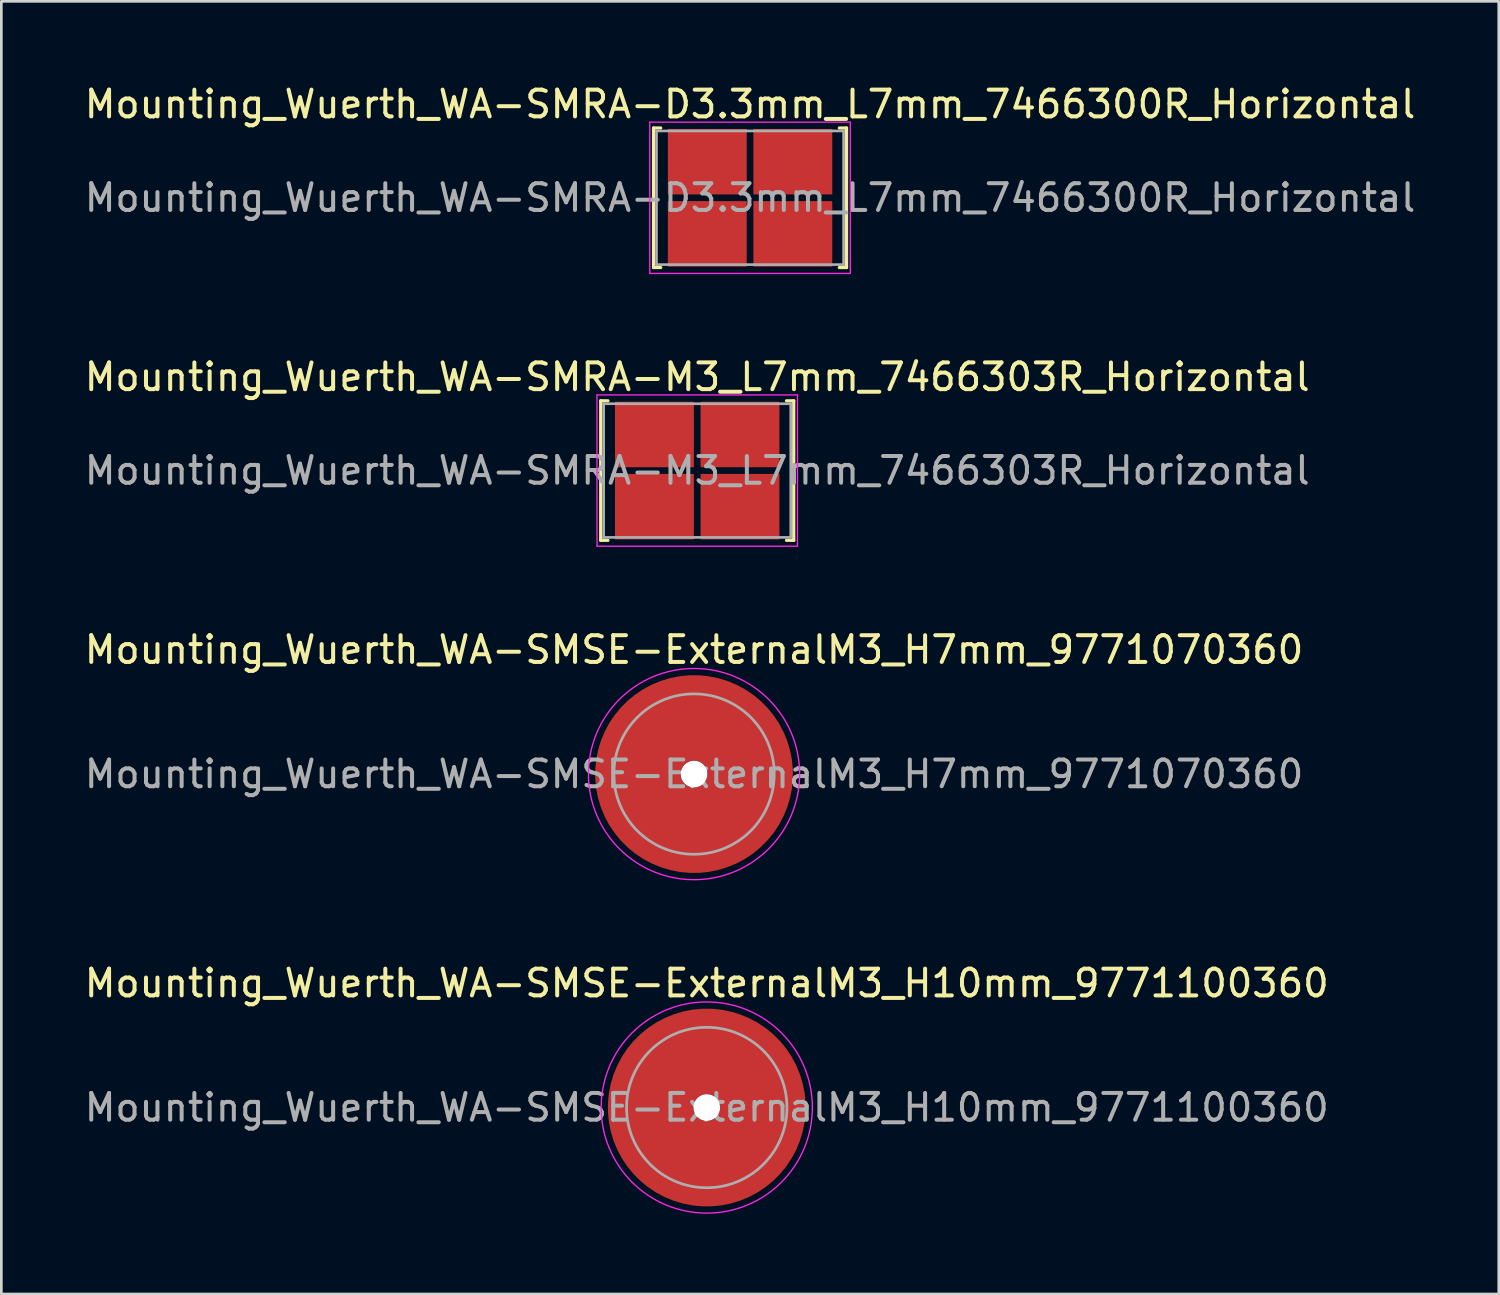
<source format=kicad_pcb>
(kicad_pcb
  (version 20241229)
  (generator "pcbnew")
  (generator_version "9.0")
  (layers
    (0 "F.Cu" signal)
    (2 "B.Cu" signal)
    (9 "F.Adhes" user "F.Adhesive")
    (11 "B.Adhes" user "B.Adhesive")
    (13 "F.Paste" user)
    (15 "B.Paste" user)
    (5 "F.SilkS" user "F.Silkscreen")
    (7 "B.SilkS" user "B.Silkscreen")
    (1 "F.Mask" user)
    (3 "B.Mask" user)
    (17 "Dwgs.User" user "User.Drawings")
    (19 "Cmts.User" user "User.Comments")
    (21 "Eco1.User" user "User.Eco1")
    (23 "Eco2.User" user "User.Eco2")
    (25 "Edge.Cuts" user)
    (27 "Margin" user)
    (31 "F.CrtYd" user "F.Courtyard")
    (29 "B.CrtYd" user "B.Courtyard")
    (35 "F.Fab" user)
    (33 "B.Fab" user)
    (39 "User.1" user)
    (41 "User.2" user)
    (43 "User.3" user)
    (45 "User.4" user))
  (footprint "Mounting_Wuerth_WA-SMRA-M3_L7mm_7466303R_Horizontal"
    (layer "F.Cu")
    (at 23.03 14.552)
    (property "Reference" "Mounting_Wuerth_WA-SMRA-M3_L7mm_7466303R_Horizontal" (at 0 -3.5 0) (layer "F.SilkS") (effects (font (size 1 1) (thickness 0.15))))
    (attr smd)
    (fp_line (start -3.61 -2.61) (end -3.61 2.61) (stroke (width 0.12) (type solid)) (layer "F.SilkS"))
    (fp_line (start -3.61 2.61) (end -3.34 2.61) (stroke (width 0.12) (type solid)) (layer "F.SilkS"))
    (fp_line (start -3.34 -2.61) (end -3.61 -2.61) (stroke (width 0.12) (type solid)) (layer "F.SilkS"))
    (fp_line (start 3.34 2.61) (end 3.61 2.61) (stroke (width 0.12) (type solid)) (layer "F.SilkS"))
    (fp_line (start 3.61 -2.61) (end 3.34 -2.61) (stroke (width 0.12) (type solid)) (layer "F.SilkS"))
    (fp_line (start 3.61 2.61) (end 3.61 -2.61) (stroke (width 0.12) (type solid)) (layer "F.SilkS"))
    (fp_line (start -3.75 -2.83) (end -3.75 2.83) (stroke (width 0.05) (type solid)) (layer "F.CrtYd"))
    (fp_line (start 3.75 -2.83) (end -3.75 -2.83) (stroke (width 0.05) (type solid)) (layer "F.CrtYd"))
    (fp_line (start 3.75 -2.83) (end 3.75 2.83) (stroke (width 0.05) (type solid)) (layer "F.CrtYd"))
    (fp_line (start 3.75 2.83) (end -3.75 2.83) (stroke (width 0.05) (type solid)) (layer "F.CrtYd"))
    (fp_line (start -3.5 -2.5) (end -3.5 2.5) (stroke (width 0.1) (type solid)) (layer "F.Fab"))
    (fp_line (start -3.5 2.5) (end 3.5 2.5) (stroke (width 0.1) (type solid)) (layer "F.Fab"))
    (fp_line (start 3.5 -2.5) (end -3.5 -2.5) (stroke (width 0.1) (type solid)) (layer "F.Fab"))
    (fp_line (start 3.5 2.5) (end 3.5 -2.5) (stroke (width 0.1) (type solid)) (layer "F.Fab"))
    (fp_text user "${REFERENCE}" (at 0 0 0) (layer "F.Fab") (effects (font (size 1 1) (thickness 0.15))))
    (pad "1" smd rect (at -1.6 -1.35) (size 2.95 2.45) (layers "F.Cu" "F.Mask" "F.Paste"))
    (pad "1" smd rect (at -1.6 1.35) (size 2.95 2.45) (layers "F.Cu" "F.Mask" "F.Paste"))
    (pad "1" smd rect (at 1.6 -1.35) (size 2.95 2.45) (layers "F.Cu" "F.Mask" "F.Paste"))
    (pad "1" smd rect (at 1.6 1.35) (size 2.95 2.45) (layers "F.Cu" "F.Mask" "F.Paste")))
  (footprint "Mounting_Wuerth_WA-SMSE-ExternalM3_H10mm_9771100360"
    (layer "F.Cu")
    (at 23.387 38.378)
    (property "Reference" "Mounting_Wuerth_WA-SMSE-ExternalM3_H10mm_9771100360" (at 0 -4.65 0) (layer "F.SilkS") (effects (font (size 1 1) (thickness 0.15))))
    (attr smd)
    (fp_circle (center 0 0) (end 3.95 0) (stroke (width 0.05) (type solid)) (fill no) (layer "F.CrtYd"))
    (fp_circle (center 0 0) (end 3 0) (stroke (width 0.1) (type solid)) (fill no) (layer "F.Fab"))
    (fp_text user "${REFERENCE}" (at 0 0 0) (layer "F.Fab") (effects (font (size 1 1) (thickness 0.15))))
    (pad "" smd custom (at 0 -2.1) (size 2.6 2.6) (layers "F.Paste") (options (anchor circle)) (primitives (gr_arc (start -0.305123 1.47) (mid -0.000513 1.4) (end 0.3042 1.469554) (width 0.2)) (gr_arc (start -0.493052 1.47) (mid -0.000664 1.3) (end 0.492006 1.469183) (width 0.2)) (gr_arc (start -0.642729 1.47) (mid -0.000361 1.2) (end 0.642223 1.469484) (width 0.2)) (gr_arc (start -0.776595 1.47) (mid -0.00087 1.1) (end 0.775497 1.468649) (width 0.2)) (gr_arc (start -0.901721 1.47) (mid -0.00018 1) (end 0.901515 1.469705) (width 0.2)) (gr_arc (start -1.021323 1.47) (mid -0.000665 0.9) (end 1.020624 1.468868) (width 0.2)) (gr_arc (start -1.137146 1.47) (mid -0.000289 0.8) (end 1.136866 1.469495) (width 0.2)) (gr_arc (start -1.25024 1.47) (mid -0.000155 0.7) (end 1.250101 1.469724) (width 0.2)) (gr_arc (start -1.361286 1.47) (mid -0.000403 0.6) (end 1.360947 1.469268) (width 0.2)) (gr_arc (start -1.470748 1.47) (mid -0.000334 0.5) (end 1.470485 1.469386) (width 0.2)) (gr_arc (start -1.578955 1.47) (mid -0.001427 0.400001) (end 1.577895 1.46735) (width 0.2)) (gr_arc (start -1.686149 1.47) (mid -0.000398 0.3) (end 1.68587 1.469254) (width 0.2)) (gr_arc (start -1.792512 1.47) (mid -0.001173 0.200001) (end 1.791733 1.467788) (width 0.2)) (gr_arc (start -1.898183 1.47) (mid -0.001368 0.100001) (end 1.89732 1.467404) (width 0.2)) (gr_arc (start -2.003272 1.47) (mid -0.001554 0.000001) (end 2.002338 1.467036) (width 0.2)) (gr_arc (start -2.107866 1.47) (mid -0.00037 -0.1) (end 2.107654 1.469292) (width 0.2)) (gr_arc (start -2.212035 1.47) (mid -0.00011 -0.2) (end 2.211975 1.469788) (width 0.2)) (gr_arc (start -2.315837 1.47) (mid -0.001322 -0.3) (end 2.315142 1.46745) (width 0.2)) (gr_arc (start -2.419318 1.47) (mid -0.000179 -0.4) (end 2.419228 1.469653) (width 0.2)) (gr_arc (start -2.522519 1.47) (mid -0.001235 -0.5) (end 2.521919 1.467604) (width 0.2)) (gr_arc (start -2.625471 1.47) (mid -0.000311 -0.6) (end 2.625326 1.469395) (width 0.2)) (gr_arc (start -2.728205 1.47) (mid -0.002303 -0.7) (end 2.727165 1.465513) (width 0.2)) (gr_arc (start -2.830742 1.47) (mid -0.000149 -0.8) (end 2.830677 1.469709) (width 0.2)) (gr_arc (start -2.933104 1.47) (mid -0.001447 -0.899999) (end 2.932495 1.46717) (width 0.2)) (gr_arc (start -3.035309 1.47) (mid -0.001317 -1) (end 3.034773 1.467421) (width 0.2)) (gr_arc (start -3.137372 1.47) (mid -0.002554 -1.099999) (end 3.136362 1.464993) (width 0.2)) (gr_arc (start -3.239305 1.47) (mid -0.002543 -1.199999) (end 3.23833 1.465008) (width 0.2)) (gr_arc (start -3.341123 1.47) (mid -0.001289 -1.3) (end 3.340644 1.467467) (width 0.2)) (gr_arc (start -3.442833 1.47) (mid -0.001847 -1.399999) (end 3.442166 1.466366) (width 0.2)) (gr_line (start 0.305 1.47) (end 3.443 1.47) (width 0.2)) (gr_line (start -0.305 1.47) (end -3.443 1.47) (width 0.2))))
    (pad "" np_thru_hole circle (at 0 0) (size 1 1) (drill 1) (layers "*.Cu" "*.Mask"))
    (pad "" smd custom (at 0 2.1) (size 2.6 2.6) (layers "F.Paste") (options (anchor circle)) (primitives (gr_arc (start 0.305123 -1.47) (mid 0.000513 -1.4) (end -0.3042 -1.469554) (width 0.2)) (gr_arc (start 0.493052 -1.47) (mid 0.000664 -1.3) (end -0.492006 -1.469183) (width 0.2)) (gr_arc (start 0.642729 -1.47) (mid 0.000361 -1.2) (end -0.642223 -1.469484) (width 0.2)) (gr_arc (start 0.776595 -1.47) (mid 0.00087 -1.1) (end -0.775497 -1.468649) (width 0.2)) (gr_arc (start 0.901721 -1.47) (mid 0.00018 -1) (end -0.901515 -1.469705) (width 0.2)) (gr_arc (start 1.021323 -1.47) (mid 0.000665 -0.9) (end -1.020624 -1.468868) (width 0.2)) (gr_arc (start 1.137146 -1.47) (mid 0.000289 -0.8) (end -1.136866 -1.469495) (width 0.2)) (gr_arc (start 1.25024 -1.47) (mid 0.000155 -0.7) (end -1.250101 -1.469724) (width 0.2)) (gr_arc (start 1.361286 -1.47) (mid 0.000403 -0.6) (end -1.360947 -1.469268) (width 0.2)) (gr_arc (start 1.470748 -1.47) (mid 0.000334 -0.5) (end -1.470485 -1.469386) (width 0.2)) (gr_arc (start 1.578955 -1.47) (mid 0.001427 -0.400001) (end -1.577895 -1.46735) (width 0.2)) (gr_arc (start 1.686149 -1.47) (mid 0.000398 -0.3) (end -1.68587 -1.469254) (width 0.2)) (gr_arc (start 1.792512 -1.47) (mid 0.001173 -0.200001) (end -1.791733 -1.467788) (width 0.2)) (gr_arc (start 1.898183 -1.47) (mid 0.001368 -0.100001) (end -1.89732 -1.467404) (width 0.2)) (gr_arc (start 2.003272 -1.47) (mid 0.001554 -0.000001) (end -2.002338 -1.467036) (width 0.2)) (gr_arc (start 2.107866 -1.47) (mid 0.00037 0.1) (end -2.107654 -1.469292) (width 0.2)) (gr_arc (start 2.212035 -1.47) (mid 0.00011 0.2) (end -2.211975 -1.469788) (width 0.2)) (gr_arc (start 2.315837 -1.47) (mid 0.001322 0.3) (end -2.315142 -1.46745) (width 0.2)) (gr_arc (start 2.419318 -1.47) (mid 0.000179 0.4) (end -2.419228 -1.469653) (width 0.2)) (gr_arc (start 2.522519 -1.47) (mid 0.001235 0.5) (end -2.521919 -1.467604) (width 0.2)) (gr_arc (start 2.625471 -1.47) (mid 0.000311 0.6) (end -2.625326 -1.469395) (width 0.2)) (gr_arc (start 2.728205 -1.47) (mid 0.002303 0.7) (end -2.727165 -1.465513) (width 0.2)) (gr_arc (start 2.830742 -1.47) (mid 0.000149 0.8) (end -2.830677 -1.469709) (width 0.2)) (gr_arc (start 2.933104 -1.47) (mid 0.001447 0.899999) (end -2.932495 -1.46717) (width 0.2)) (gr_arc (start 3.035309 -1.47) (mid 0.001317 1) (end -3.034773 -1.467421) (width 0.2)) (gr_arc (start 3.137372 -1.47) (mid 0.002554 1.099999) (end -3.136362 -1.464993) (width 0.2)) (gr_arc (start 3.239305 -1.47) (mid 0.002543 1.199999) (end -3.23833 -1.465008) (width 0.2)) (gr_arc (start 3.341123 -1.47) (mid 0.001289 1.3) (end -3.340644 -1.467467) (width 0.2)) (gr_arc (start 3.442833 -1.47) (mid 0.001847 1.399999) (end -3.442166 -1.466366) (width 0.2)) (gr_line (start -0.305 -1.47) (end -3.443 -1.47) (width 0.2)) (gr_line (start 0.305 -1.47) (end 3.443 -1.47) (width 0.2))))
    (pad "1" smd circle (at -2.1 0) (size 2.8 2.8) (layers "F.Cu"))
    (pad "1" smd circle (at 0 -2.1) (size 2.8 2.8) (layers "F.Cu"))
    (pad "1" smd circle (at 0 2.1) (size 2.8 2.8) (layers "F.Cu"))
    (pad "1" smd custom (at 2.1 0) (size 2.8 2.8) (layers "F.Cu" "F.Mask") (options (anchor circle)) (primitives (gr_circle (center -2.1 0) (end 0 0) (width 3.2) (fill no)))))
  (footprint "Mounting_Wuerth_WA-SMRA-D3.3mm_L7mm_7466300R_Horizontal"
    (layer "F.Cu")
    (at 25.006 4.348)
    (property "Reference" "Mounting_Wuerth_WA-SMRA-D3.3mm_L7mm_7466300R_Horizontal" (at 0 -3.5 0) (layer "F.SilkS") (effects (font (size 1 1) (thickness 0.15))))
    (attr smd)
    (fp_line (start -3.61 -2.61) (end -3.61 2.61) (stroke (width 0.12) (type solid)) (layer "F.SilkS"))
    (fp_line (start -3.61 2.61) (end -3.34 2.61) (stroke (width 0.12) (type solid)) (layer "F.SilkS"))
    (fp_line (start -3.34 -2.61) (end -3.61 -2.61) (stroke (width 0.12) (type solid)) (layer "F.SilkS"))
    (fp_line (start 3.34 2.61) (end 3.61 2.61) (stroke (width 0.12) (type solid)) (layer "F.SilkS"))
    (fp_line (start 3.61 -2.61) (end 3.34 -2.61) (stroke (width 0.12) (type solid)) (layer "F.SilkS"))
    (fp_line (start 3.61 2.61) (end 3.61 -2.61) (stroke (width 0.12) (type solid)) (layer "F.SilkS"))
    (fp_line (start -3.75 -2.83) (end -3.75 2.83) (stroke (width 0.05) (type solid)) (layer "F.CrtYd"))
    (fp_line (start 3.75 -2.83) (end -3.75 -2.83) (stroke (width 0.05) (type solid)) (layer "F.CrtYd"))
    (fp_line (start 3.75 -2.83) (end 3.75 2.83) (stroke (width 0.05) (type solid)) (layer "F.CrtYd"))
    (fp_line (start 3.75 2.83) (end -3.75 2.83) (stroke (width 0.05) (type solid)) (layer "F.CrtYd"))
    (fp_line (start -3.5 -2.5) (end -3.5 2.5) (stroke (width 0.1) (type solid)) (layer "F.Fab"))
    (fp_line (start -3.5 2.5) (end 3.5 2.5) (stroke (width 0.1) (type solid)) (layer "F.Fab"))
    (fp_line (start 3.5 -2.5) (end -3.5 -2.5) (stroke (width 0.1) (type solid)) (layer "F.Fab"))
    (fp_line (start 3.5 2.5) (end 3.5 -2.5) (stroke (width 0.1) (type solid)) (layer "F.Fab"))
    (fp_text user "${REFERENCE}" (at 0 0 0) (layer "F.Fab") (effects (font (size 1 1) (thickness 0.15))))
    (pad "1" smd rect (at -1.6 -1.35) (size 2.95 2.45) (layers "F.Cu" "F.Mask" "F.Paste"))
    (pad "1" smd rect (at -1.6 1.35) (size 2.95 2.45) (layers "F.Cu" "F.Mask" "F.Paste"))
    (pad "1" smd rect (at 1.6 -1.35) (size 2.95 2.45) (layers "F.Cu" "F.Mask" "F.Paste"))
    (pad "1" smd rect (at 1.6 1.35) (size 2.95 2.45) (layers "F.Cu" "F.Mask" "F.Paste")))
  (footprint "Mounting_Wuerth_WA-SMSE-ExternalM3_H7mm_9771070360"
    (layer "F.Cu")
    (at 22.911 25.905)
    (property "Reference" "Mounting_Wuerth_WA-SMSE-ExternalM3_H7mm_9771070360" (at 0 -4.65 0) (layer "F.SilkS") (effects (font (size 1 1) (thickness 0.15))))
    (attr smd)
    (fp_circle (center 0 0) (end 3.95 0) (stroke (width 0.05) (type solid)) (fill no) (layer "F.CrtYd"))
    (fp_circle (center 0 0) (end 3 0) (stroke (width 0.1) (type solid)) (fill no) (layer "F.Fab"))
    (fp_text user "${REFERENCE}" (at 0 0 0) (layer "F.Fab") (effects (font (size 1 1) (thickness 0.15))))
    (pad "" smd custom (at 0 -2.1) (size 2.6 2.6) (layers "F.Paste") (options (anchor circle)) (primitives (gr_arc (start -0.305123 1.47) (mid -0.000513 1.4) (end 0.3042 1.469554) (width 0.2)) (gr_arc (start -0.493052 1.47) (mid -0.000664 1.3) (end 0.492006 1.469183) (width 0.2)) (gr_arc (start -0.642729 1.47) (mid -0.000361 1.2) (end 0.642223 1.469484) (width 0.2)) (gr_arc (start -0.776595 1.47) (mid -0.00087 1.1) (end 0.775497 1.468649) (width 0.2)) (gr_arc (start -0.901721 1.47) (mid -0.00018 1) (end 0.901515 1.469705) (width 0.2)) (gr_arc (start -1.021323 1.47) (mid -0.000665 0.9) (end 1.020624 1.468868) (width 0.2)) (gr_arc (start -1.137146 1.47) (mid -0.000289 0.8) (end 1.136866 1.469495) (width 0.2)) (gr_arc (start -1.25024 1.47) (mid -0.000155 0.7) (end 1.250101 1.469724) (width 0.2)) (gr_arc (start -1.361286 1.47) (mid -0.000403 0.6) (end 1.360947 1.469268) (width 0.2)) (gr_arc (start -1.470748 1.47) (mid -0.000334 0.5) (end 1.470485 1.469386) (width 0.2)) (gr_arc (start -1.578955 1.47) (mid -0.001427 0.400001) (end 1.577895 1.46735) (width 0.2)) (gr_arc (start -1.686149 1.47) (mid -0.000398 0.3) (end 1.68587 1.469254) (width 0.2)) (gr_arc (start -1.792512 1.47) (mid -0.001173 0.200001) (end 1.791733 1.467788) (width 0.2)) (gr_arc (start -1.898183 1.47) (mid -0.001368 0.100001) (end 1.89732 1.467404) (width 0.2)) (gr_arc (start -2.003272 1.47) (mid -0.001554 0.000001) (end 2.002338 1.467036) (width 0.2)) (gr_arc (start -2.107866 1.47) (mid -0.00037 -0.1) (end 2.107654 1.469292) (width 0.2)) (gr_arc (start -2.212035 1.47) (mid -0.00011 -0.2) (end 2.211975 1.469788) (width 0.2)) (gr_arc (start -2.315837 1.47) (mid -0.001322 -0.3) (end 2.315142 1.46745) (width 0.2)) (gr_arc (start -2.419318 1.47) (mid -0.000179 -0.4) (end 2.419228 1.469653) (width 0.2)) (gr_arc (start -2.522519 1.47) (mid -0.001235 -0.5) (end 2.521919 1.467604) (width 0.2)) (gr_arc (start -2.625471 1.47) (mid -0.000311 -0.6) (end 2.625326 1.469395) (width 0.2)) (gr_arc (start -2.728205 1.47) (mid -0.002303 -0.7) (end 2.727165 1.465513) (width 0.2)) (gr_arc (start -2.830742 1.47) (mid -0.000149 -0.8) (end 2.830677 1.469709) (width 0.2)) (gr_arc (start -2.933104 1.47) (mid -0.001447 -0.899999) (end 2.932495 1.46717) (width 0.2)) (gr_arc (start -3.035309 1.47) (mid -0.001317 -1) (end 3.034773 1.467421) (width 0.2)) (gr_arc (start -3.137372 1.47) (mid -0.002554 -1.099999) (end 3.136362 1.464993) (width 0.2)) (gr_arc (start -3.239305 1.47) (mid -0.002543 -1.199999) (end 3.23833 1.465008) (width 0.2)) (gr_arc (start -3.341123 1.47) (mid -0.001289 -1.3) (end 3.340644 1.467467) (width 0.2)) (gr_arc (start -3.442833 1.47) (mid -0.001847 -1.399999) (end 3.442166 1.466366) (width 0.2)) (gr_line (start 0.305 1.47) (end 3.443 1.47) (width 0.2)) (gr_line (start -0.305 1.47) (end -3.443 1.47) (width 0.2))))
    (pad "" np_thru_hole circle (at 0 0) (size 1 1) (drill 1) (layers "*.Cu" "*.Mask"))
    (pad "" smd custom (at 0 2.1) (size 2.6 2.6) (layers "F.Paste") (options (anchor circle)) (primitives (gr_arc (start 0.305123 -1.47) (mid 0.000513 -1.4) (end -0.3042 -1.469554) (width 0.2)) (gr_arc (start 0.493052 -1.47) (mid 0.000664 -1.3) (end -0.492006 -1.469183) (width 0.2)) (gr_arc (start 0.642729 -1.47) (mid 0.000361 -1.2) (end -0.642223 -1.469484) (width 0.2)) (gr_arc (start 0.776595 -1.47) (mid 0.00087 -1.1) (end -0.775497 -1.468649) (width 0.2)) (gr_arc (start 0.901721 -1.47) (mid 0.00018 -1) (end -0.901515 -1.469705) (width 0.2)) (gr_arc (start 1.021323 -1.47) (mid 0.000665 -0.9) (end -1.020624 -1.468868) (width 0.2)) (gr_arc (start 1.137146 -1.47) (mid 0.000289 -0.8) (end -1.136866 -1.469495) (width 0.2)) (gr_arc (start 1.25024 -1.47) (mid 0.000155 -0.7) (end -1.250101 -1.469724) (width 0.2)) (gr_arc (start 1.361286 -1.47) (mid 0.000403 -0.6) (end -1.360947 -1.469268) (width 0.2)) (gr_arc (start 1.470748 -1.47) (mid 0.000334 -0.5) (end -1.470485 -1.469386) (width 0.2)) (gr_arc (start 1.578955 -1.47) (mid 0.001427 -0.400001) (end -1.577895 -1.46735) (width 0.2)) (gr_arc (start 1.686149 -1.47) (mid 0.000398 -0.3) (end -1.68587 -1.469254) (width 0.2)) (gr_arc (start 1.792512 -1.47) (mid 0.001173 -0.200001) (end -1.791733 -1.467788) (width 0.2)) (gr_arc (start 1.898183 -1.47) (mid 0.001368 -0.100001) (end -1.89732 -1.467404) (width 0.2)) (gr_arc (start 2.003272 -1.47) (mid 0.001554 -0.000001) (end -2.002338 -1.467036) (width 0.2)) (gr_arc (start 2.107866 -1.47) (mid 0.00037 0.1) (end -2.107654 -1.469292) (width 0.2)) (gr_arc (start 2.212035 -1.47) (mid 0.00011 0.2) (end -2.211975 -1.469788) (width 0.2)) (gr_arc (start 2.315837 -1.47) (mid 0.001322 0.3) (end -2.315142 -1.46745) (width 0.2)) (gr_arc (start 2.419318 -1.47) (mid 0.000179 0.4) (end -2.419228 -1.469653) (width 0.2)) (gr_arc (start 2.522519 -1.47) (mid 0.001235 0.5) (end -2.521919 -1.467604) (width 0.2)) (gr_arc (start 2.625471 -1.47) (mid 0.000311 0.6) (end -2.625326 -1.469395) (width 0.2)) (gr_arc (start 2.728205 -1.47) (mid 0.002303 0.7) (end -2.727165 -1.465513) (width 0.2)) (gr_arc (start 2.830742 -1.47) (mid 0.000149 0.8) (end -2.830677 -1.469709) (width 0.2)) (gr_arc (start 2.933104 -1.47) (mid 0.001447 0.899999) (end -2.932495 -1.46717) (width 0.2)) (gr_arc (start 3.035309 -1.47) (mid 0.001317 1) (end -3.034773 -1.467421) (width 0.2)) (gr_arc (start 3.137372 -1.47) (mid 0.002554 1.099999) (end -3.136362 -1.464993) (width 0.2)) (gr_arc (start 3.239305 -1.47) (mid 0.002543 1.199999) (end -3.23833 -1.465008) (width 0.2)) (gr_arc (start 3.341123 -1.47) (mid 0.001289 1.3) (end -3.340644 -1.467467) (width 0.2)) (gr_arc (start 3.442833 -1.47) (mid 0.001847 1.399999) (end -3.442166 -1.466366) (width 0.2)) (gr_line (start -0.305 -1.47) (end -3.443 -1.47) (width 0.2)) (gr_line (start 0.305 -1.47) (end 3.443 -1.47) (width 0.2))))
    (pad "1" smd circle (at -2.1 0) (size 2.8 2.8) (layers "F.Cu"))
    (pad "1" smd circle (at 0 -2.1) (size 2.8 2.8) (layers "F.Cu"))
    (pad "1" smd circle (at 0 2.1) (size 2.8 2.8) (layers "F.Cu"))
    (pad "1" smd custom (at 2.1 0) (size 2.8 2.8) (layers "F.Cu" "F.Mask") (options (anchor circle)) (primitives (gr_circle (center -2.1 0) (end 0 0) (width 3.2) (fill no)))))
  (gr_rect
    (start -3 -3)
    (end 53.012 45.353)
    (stroke (width 0.1) (type default))
    (fill no)
    (layer "Edge.Cuts")))
</source>
